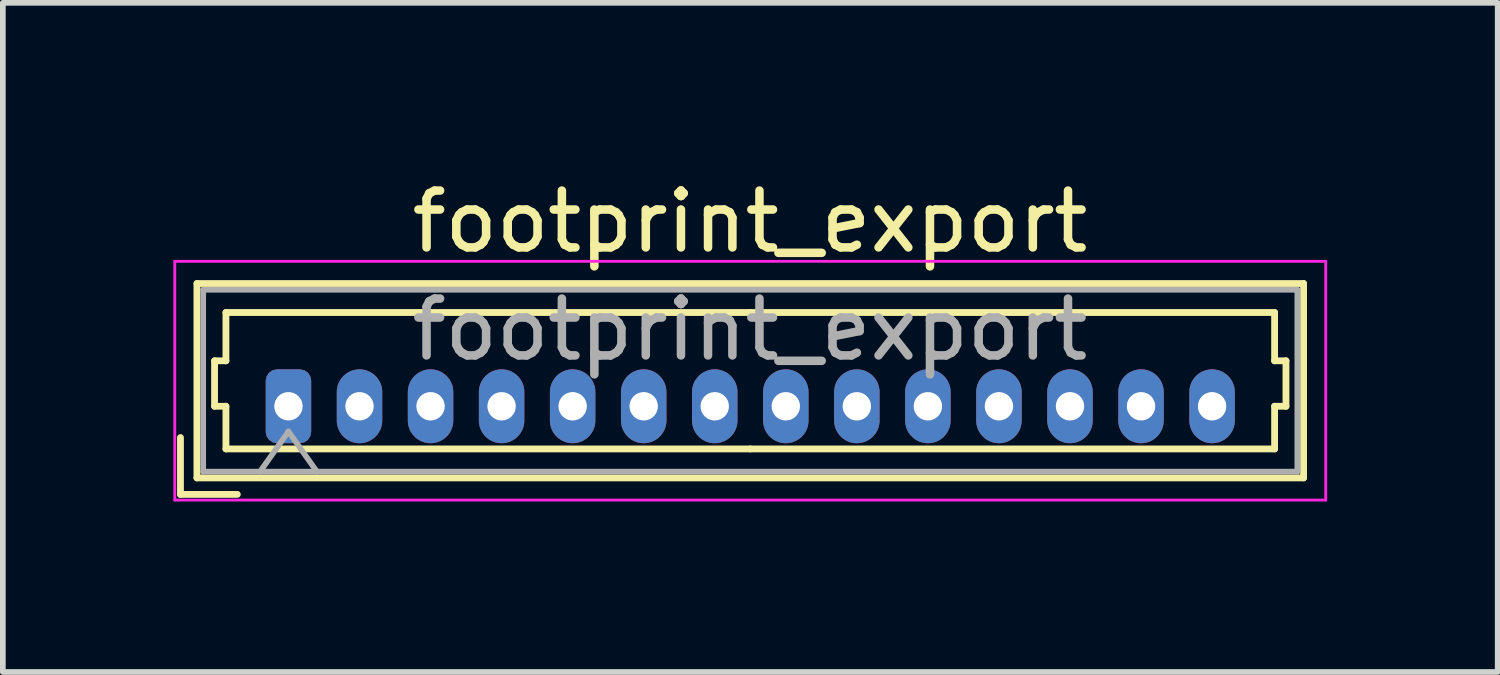
<source format=kicad_pcb>
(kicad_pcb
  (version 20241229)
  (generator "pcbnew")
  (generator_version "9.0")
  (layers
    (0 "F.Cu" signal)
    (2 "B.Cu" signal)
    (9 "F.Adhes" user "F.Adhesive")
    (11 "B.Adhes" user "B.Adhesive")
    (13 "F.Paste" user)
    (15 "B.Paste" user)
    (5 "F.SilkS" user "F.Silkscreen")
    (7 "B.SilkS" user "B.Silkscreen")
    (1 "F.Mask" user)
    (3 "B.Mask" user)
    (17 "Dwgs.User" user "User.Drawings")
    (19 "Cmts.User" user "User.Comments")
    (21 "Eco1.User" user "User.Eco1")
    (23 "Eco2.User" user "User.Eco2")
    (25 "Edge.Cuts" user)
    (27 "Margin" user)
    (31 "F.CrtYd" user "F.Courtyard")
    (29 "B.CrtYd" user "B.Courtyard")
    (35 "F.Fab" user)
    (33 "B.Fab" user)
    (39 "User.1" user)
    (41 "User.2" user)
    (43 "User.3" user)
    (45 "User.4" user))
  (footprint "footprint_export"
    (layer "F.Cu")
    (at 2.025 4.098)
    (property "Reference" "footprint_export" (at 8.12 -3.25 0) (layer "F.SilkS") (effects (font (size 1 1) (thickness 0.15))))
    (attr through_hole)
    (fp_line (start -1.9 1.55) (end -1.9 0.55) (stroke (width 0.12) (type solid)) (layer "F.SilkS"))
    (fp_line (start -1.9 1.55) (end -0.9 1.55) (stroke (width 0.12) (type solid)) (layer "F.SilkS"))
    (fp_line (start -1.61 -2.16) (end -1.61 1.26) (stroke (width 0.12) (type solid)) (layer "F.SilkS"))
    (fp_line (start -1.61 1.26) (end 17.86 1.26) (stroke (width 0.12) (type solid)) (layer "F.SilkS"))
    (fp_line (start -1.3 -0.8) (end -1.1 -0.8) (stroke (width 0.12) (type solid)) (layer "F.SilkS"))
    (fp_line (start -1.3 0) (end -1.3 -0.8) (stroke (width 0.12) (type solid)) (layer "F.SilkS"))
    (fp_line (start -1.1 -1.65) (end 8.125 -1.65) (stroke (width 0.12) (type solid)) (layer "F.SilkS"))
    (fp_line (start -1.1 -0.8) (end -1.1 -1.65) (stroke (width 0.12) (type solid)) (layer "F.SilkS"))
    (fp_line (start -1.1 0) (end -1.3 0) (stroke (width 0.12) (type solid)) (layer "F.SilkS"))
    (fp_line (start -1.1 0.75) (end -1.1 0) (stroke (width 0.12) (type solid)) (layer "F.SilkS"))
    (fp_line (start 8.125 0.75) (end -1.1 0.75) (stroke (width 0.12) (type solid)) (layer "F.SilkS"))
    (fp_line (start 8.125 0.75) (end 17.35 0.75) (stroke (width 0.12) (type solid)) (layer "F.SilkS"))
    (fp_line (start 17.35 -1.65) (end 8.125 -1.65) (stroke (width 0.12) (type solid)) (layer "F.SilkS"))
    (fp_line (start 17.35 -0.8) (end 17.35 -1.65) (stroke (width 0.12) (type solid)) (layer "F.SilkS"))
    (fp_line (start 17.35 0) (end 17.55 0) (stroke (width 0.12) (type solid)) (layer "F.SilkS"))
    (fp_line (start 17.35 0.75) (end 17.35 0) (stroke (width 0.12) (type solid)) (layer "F.SilkS"))
    (fp_line (start 17.55 -0.8) (end 17.35 -0.8) (stroke (width 0.12) (type solid)) (layer "F.SilkS"))
    (fp_line (start 17.55 0) (end 17.55 -0.8) (stroke (width 0.12) (type solid)) (layer "F.SilkS"))
    (fp_line (start 17.86 -2.16) (end -1.61 -2.16) (stroke (width 0.12) (type solid)) (layer "F.SilkS"))
    (fp_line (start 17.86 1.26) (end 17.86 -2.16) (stroke (width 0.12) (type solid)) (layer "F.SilkS"))
    (fp_line (start -2 -2.55) (end -2 1.65) (stroke (width 0.05) (type solid)) (layer "F.CrtYd"))
    (fp_line (start -2 1.65) (end 18.25 1.65) (stroke (width 0.05) (type solid)) (layer "F.CrtYd"))
    (fp_line (start 18.25 -2.55) (end -2 -2.55) (stroke (width 0.05) (type solid)) (layer "F.CrtYd"))
    (fp_line (start 18.25 1.65) (end 18.25 -2.55) (stroke (width 0.05) (type solid)) (layer "F.CrtYd"))
    (fp_line (start -1.5 -2.05) (end -1.5 1.15) (stroke (width 0.1) (type solid)) (layer "F.Fab"))
    (fp_line (start -1.5 1.15) (end 17.75 1.15) (stroke (width 0.1) (type solid)) (layer "F.Fab"))
    (fp_line (start -0.5 1.15) (end 0 0.443) (stroke (width 0.1) (type solid)) (layer "F.Fab"))
    (fp_line (start 0 0.443) (end 0.5 1.15) (stroke (width 0.1) (type solid)) (layer "F.Fab"))
    (fp_line (start 17.75 -2.05) (end -1.5 -2.05) (stroke (width 0.1) (type solid)) (layer "F.Fab"))
    (fp_line (start 17.75 1.15) (end 17.75 -2.05) (stroke (width 0.1) (type solid)) (layer "F.Fab"))
    (fp_text user "${REFERENCE}" (at 8.12 -1.35 0) (layer "F.Fab") (effects (font (size 1 1) (thickness 0.15))))
    (pad "1" thru_hole roundrect (at 0 0) (size 0.8 1.3) (drill 0.5) (layers "*.Cu" "*.Mask") (roundrect_rratio 0.25))
    (pad "2" thru_hole oval (at 1.25 0) (size 0.8 1.3) (drill 0.5) (layers "*.Cu" "*.Mask"))
    (pad "3" thru_hole oval (at 2.5 0) (size 0.8 1.3) (drill 0.5) (layers "*.Cu" "*.Mask"))
    (pad "4" thru_hole oval (at 3.75 0) (size 0.8 1.3) (drill 0.5) (layers "*.Cu" "*.Mask"))
    (pad "5" thru_hole oval (at 5 0) (size 0.8 1.3) (drill 0.5) (layers "*.Cu" "*.Mask"))
    (pad "6" thru_hole oval (at 6.25 0) (size 0.8 1.3) (drill 0.5) (layers "*.Cu" "*.Mask"))
    (pad "7" thru_hole oval (at 7.5 0) (size 0.8 1.3) (drill 0.5) (layers "*.Cu" "*.Mask"))
    (pad "8" thru_hole oval (at 8.75 0) (size 0.8 1.3) (drill 0.5) (layers "*.Cu" "*.Mask"))
    (pad "9" thru_hole oval (at 10 0) (size 0.8 1.3) (drill 0.5) (layers "*.Cu" "*.Mask"))
    (pad "10" thru_hole oval (at 11.25 0) (size 0.8 1.3) (drill 0.5) (layers "*.Cu" "*.Mask"))
    (pad "11" thru_hole oval (at 12.5 0) (size 0.8 1.3) (drill 0.5) (layers "*.Cu" "*.Mask"))
    (pad "12" thru_hole oval (at 13.75 0) (size 0.8 1.3) (drill 0.5) (layers "*.Cu" "*.Mask"))
    (pad "13" thru_hole oval (at 15 0) (size 0.8 1.3) (drill 0.5) (layers "*.Cu" "*.Mask"))
    (pad "14" thru_hole oval (at 16.25 0) (size 0.8 1.3) (drill 0.5) (layers "*.Cu" "*.Mask")))
  (gr_rect
    (start -3 -3)
    (end 23.3 8.773)
    (stroke (width 0.1) (type default))
    (fill no)
    (layer "Edge.Cuts")))
</source>
